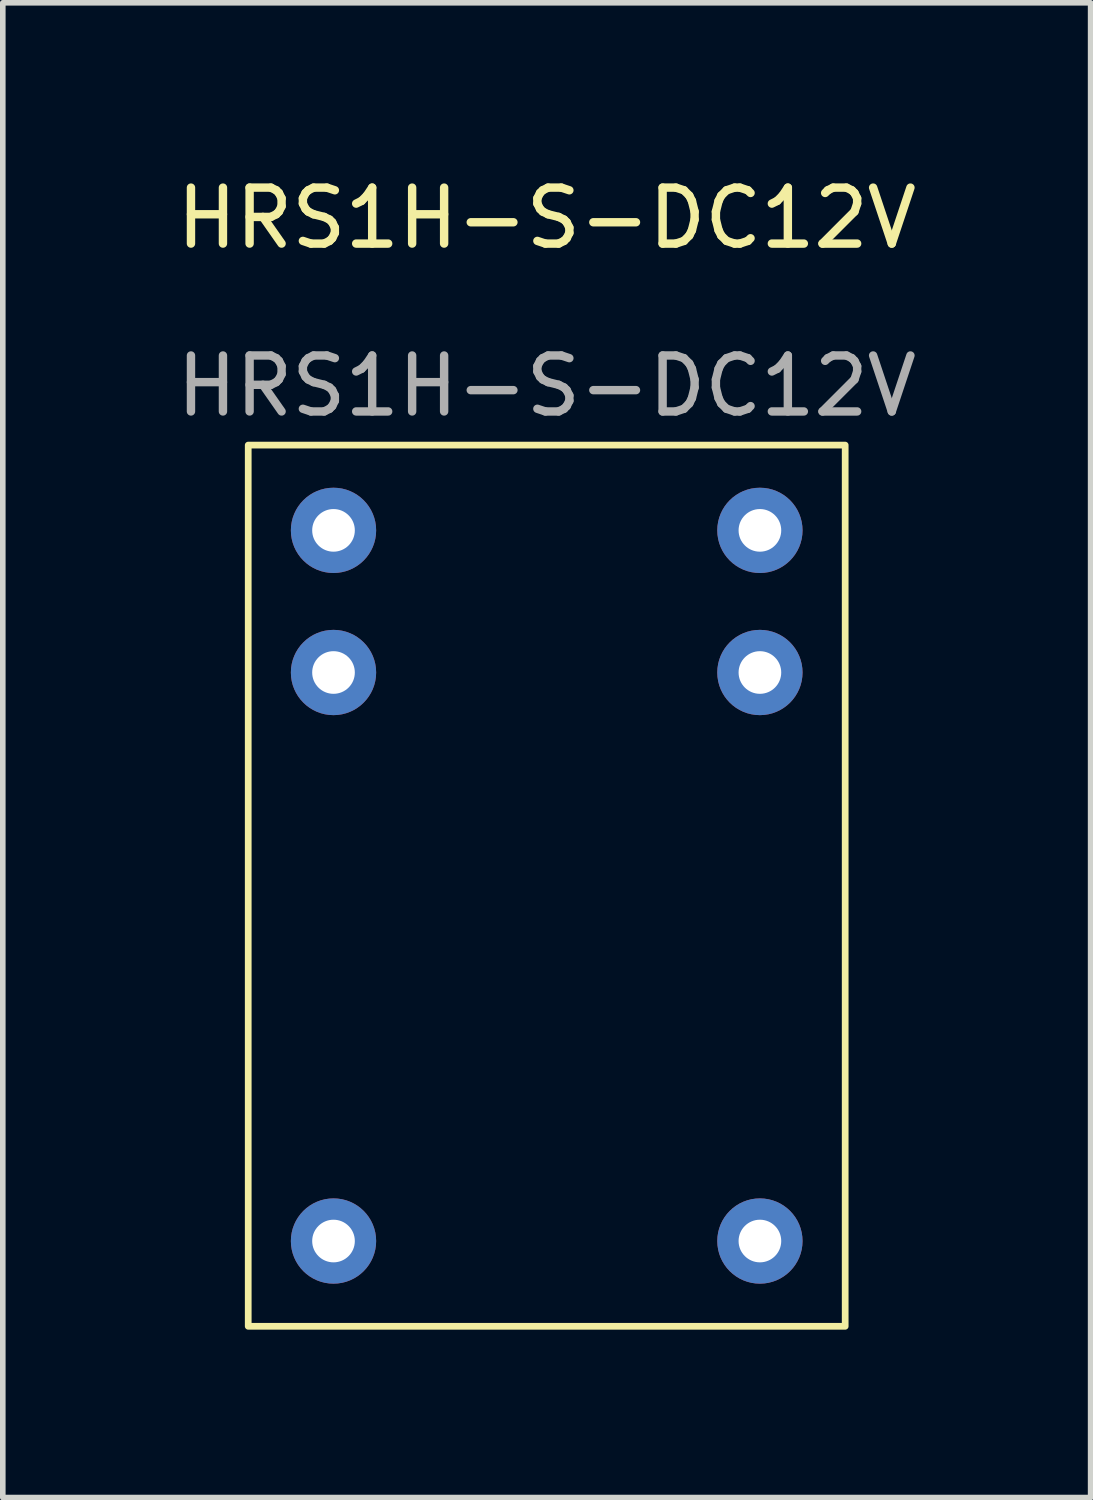
<source format=kicad_pcb>
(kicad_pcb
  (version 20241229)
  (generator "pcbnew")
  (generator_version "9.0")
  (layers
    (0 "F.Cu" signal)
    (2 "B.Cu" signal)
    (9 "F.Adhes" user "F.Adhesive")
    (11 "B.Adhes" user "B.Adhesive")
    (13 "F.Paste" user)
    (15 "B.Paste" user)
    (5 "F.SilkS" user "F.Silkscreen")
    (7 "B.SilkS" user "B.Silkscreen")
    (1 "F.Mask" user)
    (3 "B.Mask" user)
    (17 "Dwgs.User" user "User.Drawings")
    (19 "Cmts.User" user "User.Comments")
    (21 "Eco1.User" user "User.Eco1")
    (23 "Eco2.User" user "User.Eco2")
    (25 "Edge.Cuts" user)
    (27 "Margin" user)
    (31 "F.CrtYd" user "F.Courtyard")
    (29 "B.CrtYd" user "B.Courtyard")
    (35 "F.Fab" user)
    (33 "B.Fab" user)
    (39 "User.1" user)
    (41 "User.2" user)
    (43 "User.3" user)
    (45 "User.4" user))
  (footprint "HRS1H-S-DC12V"
    (layer "F.Cu")
    (at 6.72 1.348)
    (property "Reference" "HRS1H-S-DC12V" (at 0 -0.5 0) (unlocked yes) (layer "F.SilkS") (effects (font (size 1 1) (thickness 0.15))))
    (attr through_hole)
    (fp_rect (start -5.334 3.556) (end 5.334 19.304) (stroke (width 0.12) (type default)) (fill no) (layer "F.SilkS"))
    (fp_text user "${REFERENCE}" (at 0 2.5 0) (unlocked yes) (layer "F.Fab") (effects (font (size 1 1) (thickness 0.15))))
    (pad "11" thru_hole circle (at -3.81 17.78) (size 1.524 1.524) (drill 0.762) (layers "*.Cu" "*.Mask"))
    (pad "11" thru_hole circle (at 3.81 17.78) (size 1.524 1.524) (drill 0.762) (layers "*.Cu" "*.Mask"))
    (pad "12" thru_hole circle (at -3.81 5.08) (size 1.524 1.524) (drill 0.762) (layers "*.Cu" "*.Mask"))
    (pad "14" thru_hole circle (at 3.81 5.08) (size 1.524 1.524) (drill 0.762) (layers "*.Cu" "*.Mask"))
    (pad "A1" thru_hole circle (at 3.81 7.62) (size 1.524 1.524) (drill 0.762) (layers "*.Cu" "*.Mask"))
    (pad "A2" thru_hole circle (at -3.81 7.62) (size 1.524 1.524) (drill 0.762) (layers "*.Cu" "*.Mask")))
  (gr_rect
    (start -3 -3)
    (end 16.44 23.712)
    (stroke (width 0.1) (type default))
    (fill no)
    (layer "Edge.Cuts")))
</source>
